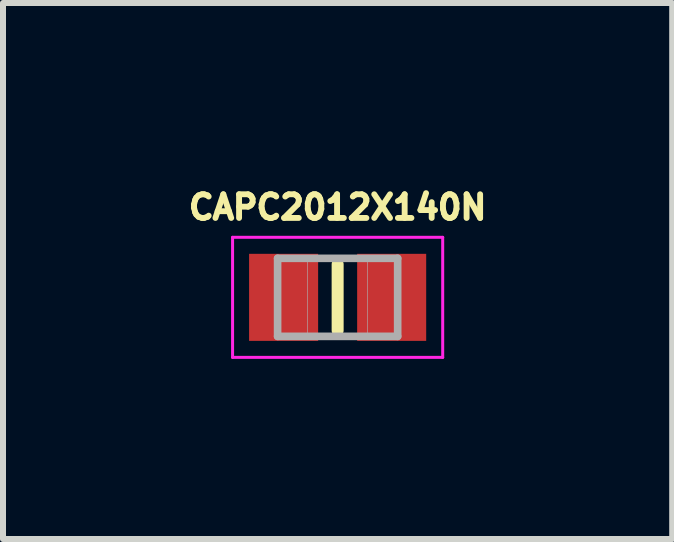
<source format=kicad_pcb>
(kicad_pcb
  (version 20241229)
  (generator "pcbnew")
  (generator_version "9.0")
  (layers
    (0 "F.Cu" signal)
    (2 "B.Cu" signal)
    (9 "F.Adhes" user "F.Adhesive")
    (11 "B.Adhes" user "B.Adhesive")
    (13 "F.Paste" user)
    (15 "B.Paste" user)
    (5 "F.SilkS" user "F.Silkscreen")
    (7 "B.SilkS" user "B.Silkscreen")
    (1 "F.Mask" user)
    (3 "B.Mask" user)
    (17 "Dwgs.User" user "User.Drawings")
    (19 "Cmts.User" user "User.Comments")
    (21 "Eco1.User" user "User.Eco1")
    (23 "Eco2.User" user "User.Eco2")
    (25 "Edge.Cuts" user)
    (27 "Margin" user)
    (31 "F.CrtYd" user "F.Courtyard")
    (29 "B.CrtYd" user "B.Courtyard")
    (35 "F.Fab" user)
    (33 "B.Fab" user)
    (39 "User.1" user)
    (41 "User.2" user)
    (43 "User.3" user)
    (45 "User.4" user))
  (footprint "CAPC2012X140N"
    (layer "F.Cu")
    (at 2.574 1.903)
    (property "Reference" "CAPC2012X140N" (at 0 -1.5 0) (layer "F.SilkS") (effects (font (size 0.394 0.394) (thickness 0.098))))
    (attr through_hole)
    (fp_line (start 0 -0.55) (end 0 0.55) (stroke (width 0.2) (type solid)) (layer "F.SilkS"))
    (fp_line (start -1.75 -1) (end 1.75 -1) (stroke (width 0.05) (type solid)) (layer "F.CrtYd"))
    (fp_line (start -1.75 1) (end -1.75 -1) (stroke (width 0.05) (type solid)) (layer "F.CrtYd"))
    (fp_line (start 1.75 -1) (end 1.75 1) (stroke (width 0.05) (type solid)) (layer "F.CrtYd"))
    (fp_line (start 1.75 1) (end -1.75 1) (stroke (width 0.05) (type solid)) (layer "F.CrtYd"))
    (fp_line (start -1 -0.65) (end 1 -0.65) (stroke (width 0.127) (type solid)) (layer "F.Fab"))
    (fp_line (start -1 0.65) (end -1 -0.65) (stroke (width 0.127) (type solid)) (layer "F.Fab"))
    (fp_line (start 1 -0.65) (end 1 0.65) (stroke (width 0.127) (type solid)) (layer "F.Fab"))
    (fp_line (start 1 0.65) (end -1 0.65) (stroke (width 0.127) (type solid)) (layer "F.Fab"))
    (fp_poly (pts (xy -1 -0.65) (xy -0.5 -0.65) (xy -0.5 0.65) (xy -1 0.65)) (stroke (width 0.01) (type solid)) (fill no) (layer "F.Fab"))
    (fp_poly (pts (xy 0.5 -0.65) (xy 1 -0.65) (xy 1 0.65) (xy 0.5 0.65)) (stroke (width 0.01) (type solid)) (fill no) (layer "F.Fab"))
    (pad "1" smd rect (at -0.9 0) (size 1.15 1.45) (layers "F.Cu" "F.Mask" "F.Paste"))
    (pad "2" smd rect (at 0.9 0) (size 1.15 1.45) (layers "F.Cu" "F.Mask" "F.Paste")))
  (gr_rect
    (start -3 -3)
    (end 8.147 5.928)
    (stroke (width 0.1) (type default))
    (fill no)
    (layer "Edge.Cuts")))
</source>
